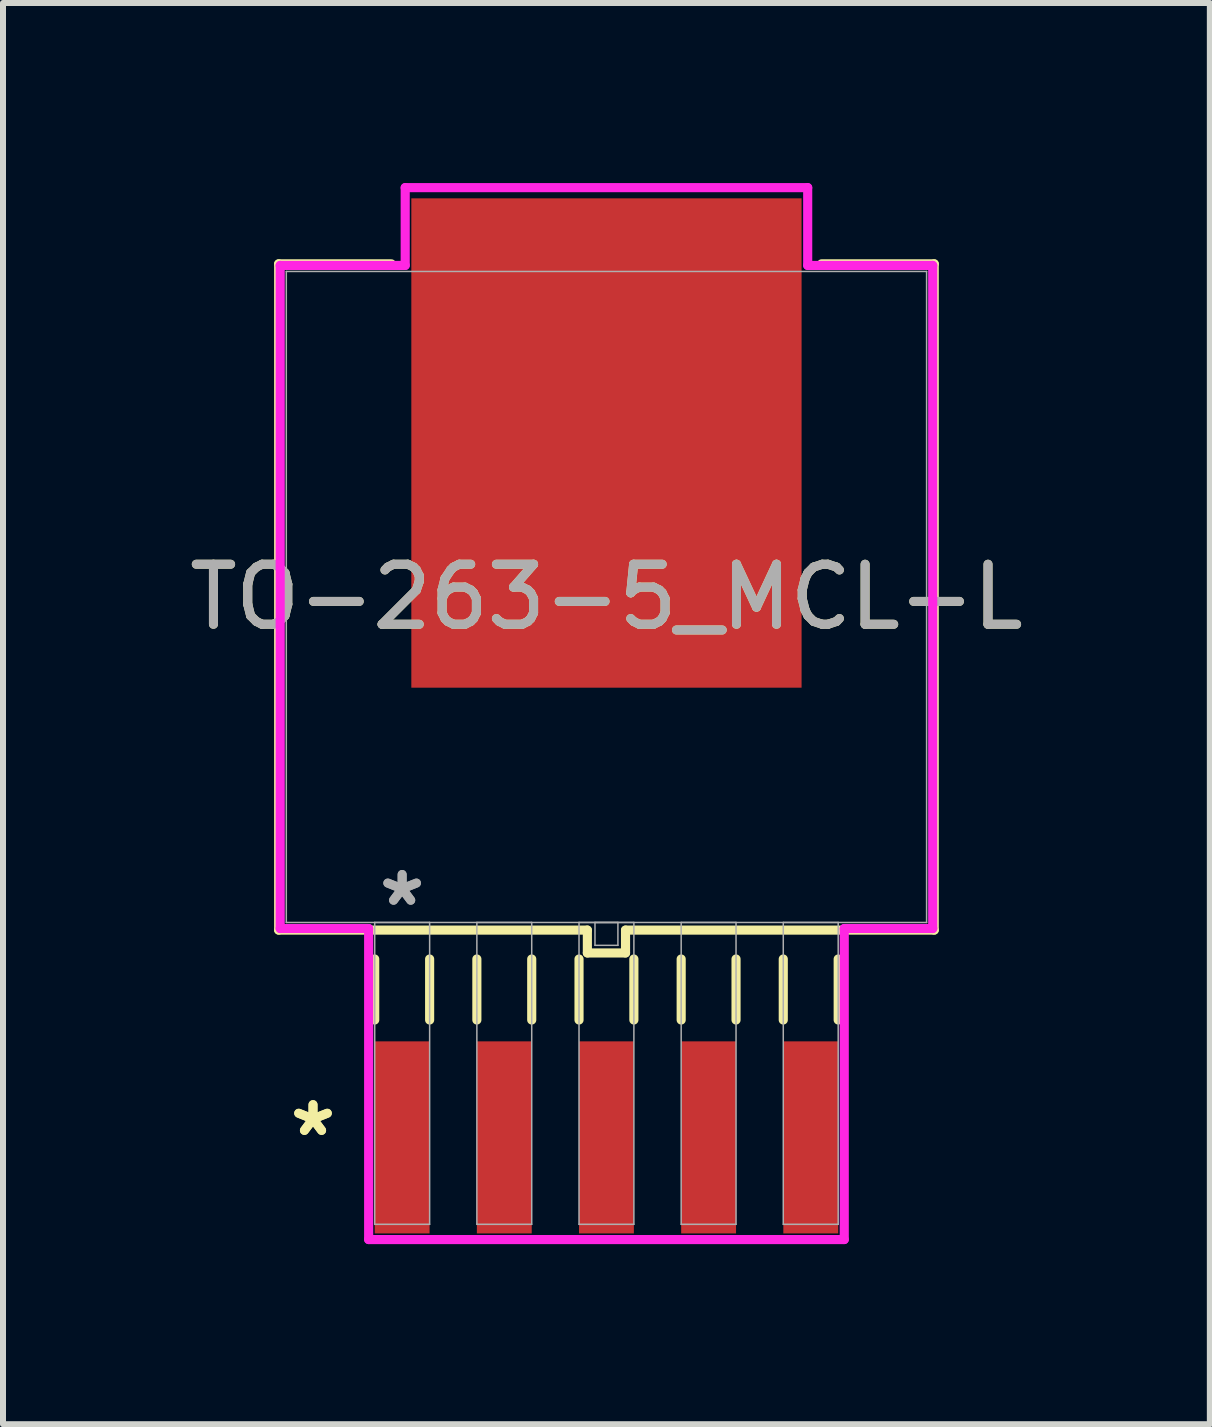
<source format=kicad_pcb>
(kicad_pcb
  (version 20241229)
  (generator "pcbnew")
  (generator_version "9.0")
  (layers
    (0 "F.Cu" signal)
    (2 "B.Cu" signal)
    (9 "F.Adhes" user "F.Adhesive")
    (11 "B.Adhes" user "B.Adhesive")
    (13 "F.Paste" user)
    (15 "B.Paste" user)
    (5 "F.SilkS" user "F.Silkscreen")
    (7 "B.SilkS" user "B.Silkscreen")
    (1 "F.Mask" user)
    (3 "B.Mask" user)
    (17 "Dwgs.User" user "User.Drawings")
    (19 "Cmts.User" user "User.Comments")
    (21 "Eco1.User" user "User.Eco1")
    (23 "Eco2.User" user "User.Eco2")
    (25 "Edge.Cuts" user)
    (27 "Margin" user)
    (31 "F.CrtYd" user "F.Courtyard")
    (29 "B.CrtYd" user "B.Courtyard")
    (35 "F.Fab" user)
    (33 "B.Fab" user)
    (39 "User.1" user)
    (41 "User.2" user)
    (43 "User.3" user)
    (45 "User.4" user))
  (footprint "TO-263-5_MCL-L"
    (layer "F.Cu")
    (at 7.054 6.896)
    (property "Reference" "TO-263-5_MCL-L" (at 0 0 0) (unlocked yes) (layer "F.SilkS") (effects (font (size 1 1) (thickness 0.15))))
    (attr smd)
    (fp_line (start -5.461 -5.55) (end -5.461 5.55) (stroke (width 0.152) (type solid)) (layer "F.SilkS"))
    (fp_line (start -5.461 5.55) (end -0.318 5.55) (stroke (width 0.152) (type solid)) (layer "F.SilkS"))
    (fp_line (start -3.861 6.032) (end -3.861 7.048) (stroke (width 0.152) (type solid)) (layer "F.SilkS"))
    (fp_line (start -3.584 -5.55) (end -5.461 -5.55) (stroke (width 0.152) (type solid)) (layer "F.SilkS"))
    (fp_line (start -2.946 6.032) (end -2.946 7.048) (stroke (width 0.152) (type solid)) (layer "F.SilkS"))
    (fp_line (start -2.159 6.032) (end -2.159 7.048) (stroke (width 0.152) (type solid)) (layer "F.SilkS"))
    (fp_line (start -1.245 6.032) (end -1.245 7.048) (stroke (width 0.152) (type solid)) (layer "F.SilkS"))
    (fp_line (start -0.457 6.032) (end -0.457 7.048) (stroke (width 0.152) (type solid)) (layer "F.SilkS"))
    (fp_line (start -0.318 5.55) (end -0.318 5.931) (stroke (width 0.152) (type solid)) (layer "F.SilkS"))
    (fp_line (start -0.318 5.931) (end 0.318 5.931) (stroke (width 0.152) (type solid)) (layer "F.SilkS"))
    (fp_line (start 0.318 5.55) (end 5.461 5.55) (stroke (width 0.152) (type solid)) (layer "F.SilkS"))
    (fp_line (start 0.318 5.931) (end 0.318 5.55) (stroke (width 0.152) (type solid)) (layer "F.SilkS"))
    (fp_line (start 0.457 6.032) (end 0.457 7.048) (stroke (width 0.152) (type solid)) (layer "F.SilkS"))
    (fp_line (start 1.245 6.032) (end 1.245 7.048) (stroke (width 0.152) (type solid)) (layer "F.SilkS"))
    (fp_line (start 2.159 6.032) (end 2.159 7.048) (stroke (width 0.152) (type solid)) (layer "F.SilkS"))
    (fp_line (start 2.946 6.032) (end 2.946 7.048) (stroke (width 0.152) (type solid)) (layer "F.SilkS"))
    (fp_line (start 3.861 6.032) (end 3.861 7.048) (stroke (width 0.152) (type solid)) (layer "F.SilkS"))
    (fp_line (start 5.461 -5.55) (end 3.584 -5.55) (stroke (width 0.152) (type solid)) (layer "F.SilkS"))
    (fp_line (start 5.461 5.55) (end 5.461 -5.55) (stroke (width 0.152) (type solid)) (layer "F.SilkS"))
    (fp_line (start -5.436 -5.524) (end -3.353 -5.524) (stroke (width 0.152) (type solid)) (layer "F.CrtYd"))
    (fp_line (start -5.436 5.524) (end -5.436 -5.524) (stroke (width 0.152) (type solid)) (layer "F.CrtYd"))
    (fp_line (start -3.962 5.524) (end -5.436 5.524) (stroke (width 0.152) (type solid)) (layer "F.CrtYd"))
    (fp_line (start -3.962 10.706) (end -3.962 5.524) (stroke (width 0.152) (type solid)) (layer "F.CrtYd"))
    (fp_line (start -3.353 -6.82) (end 3.353 -6.82) (stroke (width 0.152) (type solid)) (layer "F.CrtYd"))
    (fp_line (start -3.353 -5.524) (end -3.353 -6.82) (stroke (width 0.152) (type solid)) (layer "F.CrtYd"))
    (fp_line (start 3.353 -6.82) (end 3.353 -5.524) (stroke (width 0.152) (type solid)) (layer "F.CrtYd"))
    (fp_line (start 3.353 -5.524) (end 5.436 -5.524) (stroke (width 0.152) (type solid)) (layer "F.CrtYd"))
    (fp_line (start 3.962 5.524) (end 3.962 10.706) (stroke (width 0.152) (type solid)) (layer "F.CrtYd"))
    (fp_line (start 3.962 10.706) (end -3.962 10.706) (stroke (width 0.152) (type solid)) (layer "F.CrtYd"))
    (fp_line (start 5.436 -5.524) (end 5.436 5.524) (stroke (width 0.152) (type solid)) (layer "F.CrtYd"))
    (fp_line (start 5.436 5.524) (end 3.962 5.524) (stroke (width 0.152) (type solid)) (layer "F.CrtYd"))
    (fp_line (start -5.334 -5.423) (end -5.334 5.423) (stroke (width 0.025) (type solid)) (layer "F.Fab"))
    (fp_line (start -5.334 5.423) (end 5.334 5.423) (stroke (width 0.025) (type solid)) (layer "F.Fab"))
    (fp_line (start -3.861 5.423) (end -3.861 10.452) (stroke (width 0.025) (type solid)) (layer "F.Fab"))
    (fp_line (start -3.861 10.452) (end -2.946 10.452) (stroke (width 0.025) (type solid)) (layer "F.Fab"))
    (fp_line (start -2.946 5.423) (end -3.861 5.423) (stroke (width 0.025) (type solid)) (layer "F.Fab"))
    (fp_line (start -2.946 10.452) (end -2.946 5.423) (stroke (width 0.025) (type solid)) (layer "F.Fab"))
    (fp_line (start -2.159 5.423) (end -2.159 10.452) (stroke (width 0.025) (type solid)) (layer "F.Fab"))
    (fp_line (start -2.159 10.452) (end -1.245 10.452) (stroke (width 0.025) (type solid)) (layer "F.Fab"))
    (fp_line (start -1.245 5.423) (end -2.159 5.423) (stroke (width 0.025) (type solid)) (layer "F.Fab"))
    (fp_line (start -1.245 10.452) (end -1.245 5.423) (stroke (width 0.025) (type solid)) (layer "F.Fab"))
    (fp_line (start -0.457 5.423) (end -0.457 10.452) (stroke (width 0.025) (type solid)) (layer "F.Fab"))
    (fp_line (start -0.457 10.452) (end 0.457 10.452) (stroke (width 0.025) (type solid)) (layer "F.Fab"))
    (fp_line (start -0.191 5.423) (end -0.191 5.804) (stroke (width 0.025) (type solid)) (layer "F.Fab"))
    (fp_line (start -0.191 5.804) (end 0.191 5.804) (stroke (width 0.025) (type solid)) (layer "F.Fab"))
    (fp_line (start 0.191 5.423) (end -0.191 5.423) (stroke (width 0.025) (type solid)) (layer "F.Fab"))
    (fp_line (start 0.191 5.804) (end 0.191 5.423) (stroke (width 0.025) (type solid)) (layer "F.Fab"))
    (fp_line (start 0.457 5.423) (end -0.457 5.423) (stroke (width 0.025) (type solid)) (layer "F.Fab"))
    (fp_line (start 0.457 10.452) (end 0.457 5.423) (stroke (width 0.025) (type solid)) (layer "F.Fab"))
    (fp_line (start 1.245 5.423) (end 1.245 10.452) (stroke (width 0.025) (type solid)) (layer "F.Fab"))
    (fp_line (start 1.245 10.452) (end 2.159 10.452) (stroke (width 0.025) (type solid)) (layer "F.Fab"))
    (fp_line (start 2.159 5.423) (end 1.245 5.423) (stroke (width 0.025) (type solid)) (layer "F.Fab"))
    (fp_line (start 2.159 10.452) (end 2.159 5.423) (stroke (width 0.025) (type solid)) (layer "F.Fab"))
    (fp_line (start 2.946 5.423) (end 2.946 10.452) (stroke (width 0.025) (type solid)) (layer "F.Fab"))
    (fp_line (start 2.946 10.452) (end 3.861 10.452) (stroke (width 0.025) (type solid)) (layer "F.Fab"))
    (fp_line (start 3.861 5.423) (end 2.946 5.423) (stroke (width 0.025) (type solid)) (layer "F.Fab"))
    (fp_line (start 3.861 10.452) (end 3.861 5.423) (stroke (width 0.025) (type solid)) (layer "F.Fab"))
    (fp_line (start 5.334 -5.423) (end -5.334 -5.423) (stroke (width 0.025) (type solid)) (layer "F.Fab"))
    (fp_line (start 5.334 5.423) (end 5.334 -5.423) (stroke (width 0.025) (type solid)) (layer "F.Fab"))
    (fp_text user "*" (at -4.889 9.004 0) (unlocked yes) (layer "F.SilkS") (effects (font (size 1 1) (thickness 0.15))))
    (fp_text user "*" (at -4.889 9.004 0) (layer "F.SilkS") (effects (font (size 1 1) (thickness 0.15))))
    (fp_text user "*" (at -3.404 5.169 0) (layer "F.Fab") (effects (font (size 1 1) (thickness 0.15))))
    (fp_text user "${REFERENCE}" (at 0 0 0) (unlocked yes) (layer "F.Fab") (effects (font (size 1 1) (thickness 0.15))))
    (fp_text user "*" (at -3.404 5.169 0) (unlocked yes) (layer "F.Fab") (effects (font (size 1 1) (thickness 0.15))))
    (pad "1" smd rect (at -3.404 9.004) (size 0.914 3.2) (layers "F.Cu" "F.Mask" "F.Paste"))
    (pad "2" smd rect (at -1.702 9.004) (size 0.914 3.2) (layers "F.Cu" "F.Mask" "F.Paste"))
    (pad "3" smd rect (at 0 9.004) (size 0.914 3.2) (layers "F.Cu" "F.Mask" "F.Paste"))
    (pad "4" smd rect (at 1.702 9.004) (size 0.914 3.2) (layers "F.Cu" "F.Mask" "F.Paste"))
    (pad "5" smd rect (at 3.404 9.004) (size 0.914 3.2) (layers "F.Cu" "F.Mask" "F.Paste"))
    (pad "6" smd rect (at 0 -2.565) (size 6.502 8.153) (layers "F.Cu" "F.Mask" "F.Paste")))
  (gr_rect
    (start -3 -3)
    (end 17.107 20.678)
    (stroke (width 0.1) (type default))
    (fill no)
    (layer "Edge.Cuts")))
</source>
